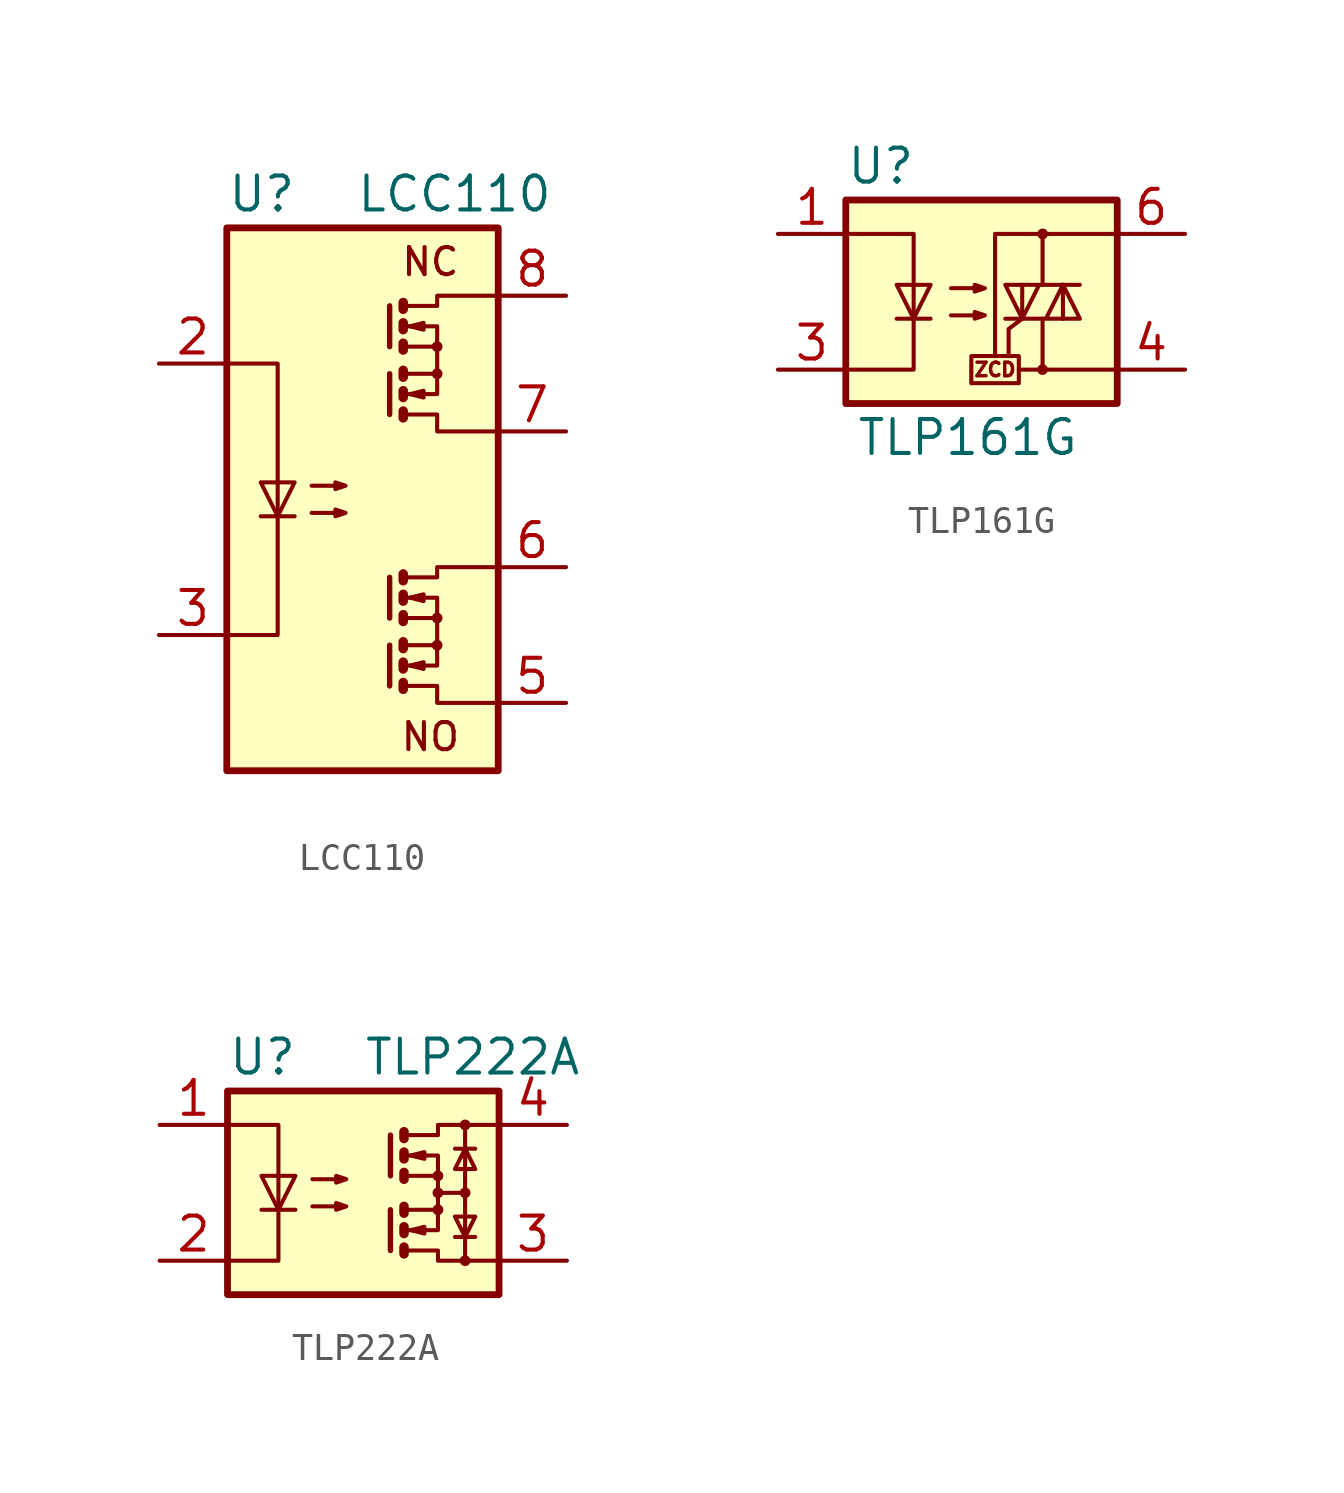
<source format=kicad_sym>
(kicad_symbol_lib
  (version 20231120)
  (generator "kicad_symbol_editor")
  (generator_version "8.0")
  (symbol "LCC110"
    (property "Reference" "U"
      (at -5.08 11.43 0)
      (effects (font (size 1.27 1.27)) (justify left)))
    (property "Value" "LCC110"
      (at -0.254 11.43 0)
      (effects (font (size 1.27 1.27)) (justify left)))
    (symbol "LCC110_0_0"
      (text "NC" (at 2.54 8.89 0) (effects (font (size 1.016 1.016))))
      (text "NO" (at 2.54 -8.89 0) (effects (font (size 1.016 1.016)))))
    (symbol "LCC110_0_1"
      (polyline (pts (xy -3.81 -0.635) (xy -2.54 -0.635)) (stroke (width 0) (type default)) (fill (type none)))
      (polyline (pts (xy 1.016 -5.461) (xy 1.016 -6.985)) (stroke (width 0.203) (type default)) (fill (type none)))
      (polyline (pts (xy 1.016 -2.921) (xy 1.016 -4.445)) (stroke (width 0.203) (type default)) (fill (type none)))
      (polyline (pts (xy 1.016 4.699) (xy 1.016 3.175)) (stroke (width 0.203) (type default)) (fill (type none)))
      (polyline (pts (xy 1.016 7.239) (xy 1.016 5.715)) (stroke (width 0.203) (type default)) (fill (type none)))
      (polyline (pts (xy 1.524 -6.858) (xy 1.524 -7.112) (xy 1.524 -7.112)) (stroke (width 0.356) (type default)) (fill (type none)))
      (polyline (pts (xy 1.524 -6.096) (xy 1.524 -6.35) (xy 1.524 -6.35)) (stroke (width 0.356) (type default)) (fill (type none)))
      (polyline (pts (xy 1.524 -5.334) (xy 1.524 -5.588) (xy 1.524 -5.588)) (stroke (width 0.356) (type default)) (fill (type none)))
      (polyline (pts (xy 1.524 -4.318) (xy 1.524 -4.572) (xy 1.524 -4.572)) (stroke (width 0.356) (type default)) (fill (type none)))
      (polyline (pts (xy 1.524 -3.556) (xy 1.524 -3.81) (xy 1.524 -3.81)) (stroke (width 0.356) (type default)) (fill (type none)))
      (polyline (pts (xy 1.524 -2.794) (xy 1.524 -3.048) (xy 1.524 -3.048)) (stroke (width 0.356) (type default)) (fill (type none)))
      (polyline (pts (xy 1.524 3.302) (xy 1.524 3.048) (xy 1.524 3.048)) (stroke (width 0.356) (type default)) (fill (type none)))
      (polyline (pts (xy 1.524 4.064) (xy 1.524 3.81) (xy 1.524 3.81)) (stroke (width 0.356) (type default)) (fill (type none)))
      (polyline (pts (xy 1.524 4.826) (xy 1.524 4.572) (xy 1.524 4.572)) (stroke (width 0.356) (type default)) (fill (type none)))
      (polyline (pts (xy 1.524 5.842) (xy 1.524 5.588) (xy 1.524 5.588)) (stroke (width 0.356) (type default)) (fill (type none)))
      (polyline (pts (xy 1.524 6.604) (xy 1.524 6.35) (xy 1.524 6.35)) (stroke (width 0.356) (type default)) (fill (type none)))
      (polyline (pts (xy 1.524 7.366) (xy 1.524 7.112) (xy 1.524 7.112)) (stroke (width 0.356) (type default)) (fill (type none)))
      (polyline (pts (xy 1.651 -3.683) (xy 2.794 -3.683) (xy 2.794 -4.445)) (stroke (width 0) (type default)) (fill (type none)))
      (polyline (pts (xy 1.651 6.477) (xy 2.794 6.477) (xy 2.794 5.715)) (stroke (width 0) (type default)) (fill (type none)))
      (polyline (pts (xy -5.08 5.08) (xy -3.175 5.08) (xy -3.175 -5.08) (xy -5.08 -5.08)) (stroke (width 0) (type default)) (fill (type none)))
      (polyline (pts (xy -3.175 -0.635) (xy -3.81 0.635) (xy -2.54 0.635) (xy -3.175 -0.635)) (stroke (width 0) (type default)) (fill (type none)))
      (polyline (pts (xy 1.651 -2.921) (xy 2.794 -2.921) (xy 2.794 -2.54) (xy 5.08 -2.54)) (stroke (width 0) (type default)) (fill (type none)))
      (polyline (pts (xy 1.651 7.239) (xy 2.794 7.239) (xy 2.794 7.62) (xy 5.08 7.62)) (stroke (width 0) (type default)) (fill (type none)))
      (polyline (pts (xy 1.778 -6.223) (xy 2.286 -6.096) (xy 2.286 -6.35) (xy 1.778 -6.223)) (stroke (width 0) (type default)) (fill (type none)))
      (polyline (pts (xy 1.778 -3.683) (xy 2.286 -3.556) (xy 2.286 -3.81) (xy 1.778 -3.683)) (stroke (width 0) (type default)) (fill (type none)))
      (polyline (pts (xy 1.778 3.937) (xy 2.286 4.064) (xy 2.286 3.81) (xy 1.778 3.937)) (stroke (width 0) (type default)) (fill (type none)))
      (polyline (pts (xy 1.778 6.477) (xy 2.286 6.604) (xy 2.286 6.35) (xy 1.778 6.477)) (stroke (width 0) (type default)) (fill (type none)))
      (polyline (pts (xy -1.905 -0.508) (xy -0.635 -0.508) (xy -1.016 -0.635) (xy -1.016 -0.381) (xy -0.635 -0.508)) (stroke (width 0) (type default)) (fill (type none)))
      (polyline (pts (xy -1.905 0.508) (xy -0.635 0.508) (xy -1.016 0.381) (xy -1.016 0.635) (xy -0.635 0.508)) (stroke (width 0) (type default)) (fill (type none)))
      (circle (center 2.794 -5.461) (radius 0.127) (stroke (width 0) (type default)) (fill (type none)))
      (circle (center 2.794 -4.445) (radius 0.127) (stroke (width 0) (type default)) (fill (type none)))
      (circle (center 2.794 4.699) (radius 0.127) (stroke (width 0) (type default)) (fill (type none)))
      (circle (center 2.794 5.715) (radius 0.127) (stroke (width 0) (type default)) (fill (type none)))
      (rectangle (start 5.08 -10.16) (end -5.08 10.16) (stroke (width 0.254) (type default)) (fill (type background))))
    (symbol "LCC110_1_1"
      (polyline (pts (xy 1.524 -6.223) (xy 2.794 -6.223) (xy 2.794 -5.461)) (stroke (width 0) (type default)) (fill (type none)))
      (polyline (pts (xy 1.524 3.937) (xy 2.794 3.937) (xy 2.794 4.699)) (stroke (width 0) (type default)) (fill (type none)))
      (polyline (pts (xy 1.524 -6.985) (xy 2.794 -6.985) (xy 2.794 -7.62) (xy 5.08 -7.62)) (stroke (width 0) (type default)) (fill (type none)))
      (polyline (pts (xy 1.524 -4.445) (xy 2.794 -4.445) (xy 2.794 -5.461) (xy 1.524 -5.461)) (stroke (width 0) (type default)) (fill (type none)))
      (polyline (pts (xy 1.524 3.175) (xy 2.794 3.175) (xy 2.794 2.54) (xy 5.08 2.54)) (stroke (width 0) (type default)) (fill (type none)))
      (polyline (pts (xy 1.524 5.715) (xy 2.794 5.715) (xy 2.794 4.699) (xy 1.524 4.699)) (stroke (width 0) (type default)) (fill (type none)))
      (pin no_connect line (at -5.08 7.62 0) (length 2.54) hide (name "nc" (effects (font (size 1.27 1.27)))) (number "1" (effects (font (size 1.27 1.27)))))
      (pin passive line (at -7.62 5.08 0) (length 2.54) (name "~" (effects (font (size 1.27 1.27)))) (number "2" (effects (font (size 1.27 1.27)))))
      (pin passive line (at -7.62 -5.08 0) (length 2.54) (name "~" (effects (font (size 1.27 1.27)))) (number "3" (effects (font (size 1.27 1.27)))))
      (pin no_connect line (at -5.08 -7.62 0) (length 2.54) hide (name "nc" (effects (font (size 1.27 1.27)))) (number "4" (effects (font (size 1.27 1.27)))))
      (pin passive line (at 7.62 -7.62 180) (length 2.54) (name "~" (effects (font (size 1.27 1.27)))) (number "5" (effects (font (size 1.27 1.27)))))
      (pin passive line (at 7.62 -2.54 180) (length 2.54) (name "~" (effects (font (size 1.27 1.27)))) (number "6" (effects (font (size 1.27 1.27)))))
      (pin passive line (at 7.62 2.54 180) (length 2.54) (name "~" (effects (font (size 1.27 1.27)))) (number "7" (effects (font (size 1.27 1.27)))))
      (pin passive line (at 7.62 7.62 180) (length 2.54) (name "~" (effects (font (size 1.27 1.27)))) (number "8" (effects (font (size 1.27 1.27)))))))
  (symbol "TLP161G"
    (property "Reference" "U"
      (at -5.08 5.08 0)
      (effects (font (size 1.27 1.27)) (justify left)))
    (property "Value" "TLP161G"
      (at -4.699 -5.08 0)
      (effects (font (size 1.27 1.27)) (justify left)))
    (symbol "TLP161G_0_0"
      (rectangle (start -0.381 -2.032) (end 1.397 -3.048) (stroke (width 0) (type default)) (fill (type none)))
      (polyline (pts (xy 2.286 -2.54) (xy 1.397 -2.54)) (stroke (width 0) (type default)) (fill (type none)))
      (polyline (pts (xy 1.524 -0.635) (xy 1.016 -1.016) (xy 1.016 -2.032)) (stroke (width 0) (type default)) (fill (type none)))
      (text "ZCD" (at 0.508 -2.54 0) (effects (font (size 0.508 0.508)))))
    (symbol "TLP161G_0_1"
      (rectangle (start -5.08 3.81) (end 5.08 -3.81) (stroke (width 0.254) (type default)) (fill (type background)))
      (polyline (pts (xy -3.175 -0.635) (xy -1.905 -0.635)) (stroke (width 0) (type default)) (fill (type none)))
      (polyline (pts (xy 1.524 -0.635) (xy 1.524 0.635)) (stroke (width 0) (type default)) (fill (type none)))
      (polyline (pts (xy 3.048 0.635) (xy 3.048 -0.635)) (stroke (width 0) (type default)) (fill (type none)))
      (polyline (pts (xy 2.286 -0.635) (xy 2.286 -2.54) (xy 5.08 -2.54)) (stroke (width 0) (type default)) (fill (type none)))
      (polyline (pts (xy 2.286 0.635) (xy 2.286 2.54) (xy 5.08 2.54)) (stroke (width 0) (type default)) (fill (type none)))
      (polyline (pts (xy 2.286 2.54) (xy 0.508 2.54) (xy 0.508 -2.032)) (stroke (width 0) (type default)) (fill (type none)))
      (polyline (pts (xy -5.08 2.54) (xy -2.54 2.54) (xy -2.54 -2.54) (xy -5.08 -2.54)) (stroke (width 0) (type default)) (fill (type none)))
      (polyline (pts (xy -2.54 -0.635) (xy -3.175 0.635) (xy -1.905 0.635) (xy -2.54 -0.635)) (stroke (width 0) (type default)) (fill (type none)))
      (polyline (pts (xy 0.889 -0.635) (xy 3.683 -0.635) (xy 3.048 0.635) (xy 2.413 -0.635)) (stroke (width 0) (type default)) (fill (type none)))
      (polyline (pts (xy 3.683 0.635) (xy 0.889 0.635) (xy 1.524 -0.635) (xy 2.159 0.635)) (stroke (width 0) (type default)) (fill (type none)))
      (polyline (pts (xy -1.143 -0.508) (xy 0.127 -0.508) (xy -0.254 -0.635) (xy -0.254 -0.381) (xy 0.127 -0.508)) (stroke (width 0) (type default)) (fill (type none)))
      (polyline (pts (xy -1.143 0.508) (xy 0.127 0.508) (xy -0.254 0.381) (xy -0.254 0.635) (xy 0.127 0.508)) (stroke (width 0) (type default)) (fill (type none)))
      (circle (center 2.286 -2.54) (radius 0.127) (stroke (width 0) (type default)) (fill (type none)))
      (circle (center 2.286 2.54) (radius 0.127) (stroke (width 0) (type default)) (fill (type none))))
    (symbol "TLP161G_1_1"
      (pin passive line (at -7.62 2.54 0) (length 2.54) (name "~" (effects (font (size 1.27 1.27)))) (number "1" (effects (font (size 1.27 1.27)))))
      (pin passive line (at -7.62 -2.54 0) (length 2.54) (name "~" (effects (font (size 1.27 1.27)))) (number "3" (effects (font (size 1.27 1.27)))))
      (pin passive line (at 7.62 -2.54 180) (length 2.54) (name "~" (effects (font (size 1.27 1.27)))) (number "4" (effects (font (size 1.27 1.27)))))
      (pin passive line (at 7.62 2.54 180) (length 2.54) (name "~" (effects (font (size 1.27 1.27)))) (number "6" (effects (font (size 1.27 1.27)))))))
  (symbol "TLP222A"
    (property "Reference" "U"
      (at -5.08 5.08 0)
      (effects (font (size 1.27 1.27)) (justify left)))
    (property "Value" "TLP222A"
      (at 0 5.08 0)
      (effects (font (size 1.27 1.27)) (justify left)))
    (symbol "TLP222A_0_1"
      (rectangle (start -5.08 3.81) (end 5.08 -3.81) (stroke (width 0.254) (type default)) (fill (type background)))
      (polyline (pts (xy -3.81 -0.635) (xy -2.54 -0.635)) (stroke (width 0) (type default)) (fill (type none)))
      (polyline (pts (xy 1.016 -0.635) (xy 1.016 -2.159)) (stroke (width 0.203) (type default)) (fill (type none)))
      (polyline (pts (xy 1.016 2.159) (xy 1.016 0.635)) (stroke (width 0.203) (type default)) (fill (type none)))
      (polyline (pts (xy 1.524 -0.508) (xy 1.524 -0.762)) (stroke (width 0.356) (type default)) (fill (type none)))
      (polyline (pts (xy 2.794 0) (xy 3.81 0)) (stroke (width 0) (type default)) (fill (type none)))
      (polyline (pts (xy 3.429 -1.651) (xy 4.191 -1.651)) (stroke (width 0) (type default)) (fill (type none)))
      (polyline (pts (xy 3.429 1.651) (xy 4.191 1.651)) (stroke (width 0) (type default)) (fill (type none)))
      (polyline (pts (xy 3.81 -2.54) (xy 3.81 2.54)) (stroke (width 0) (type default)) (fill (type none)))
      (polyline (pts (xy 1.524 -2.032) (xy 1.524 -2.286) (xy 1.524 -2.286)) (stroke (width 0.356) (type default)) (fill (type none)))
      (polyline (pts (xy 1.524 -1.27) (xy 1.524 -1.524) (xy 1.524 -1.524)) (stroke (width 0.356) (type default)) (fill (type none)))
      (polyline (pts (xy 1.524 0.762) (xy 1.524 0.508) (xy 1.524 0.508)) (stroke (width 0.356) (type default)) (fill (type none)))
      (polyline (pts (xy 1.524 1.524) (xy 1.524 1.27) (xy 1.524 1.27)) (stroke (width 0.356) (type default)) (fill (type none)))
      (polyline (pts (xy 1.524 2.286) (xy 1.524 2.032) (xy 1.524 2.032)) (stroke (width 0.356) (type default)) (fill (type none)))
      (polyline (pts (xy 1.651 -1.397) (xy 2.794 -1.397) (xy 2.794 -0.635)) (stroke (width 0) (type default)) (fill (type none)))
      (polyline (pts (xy 1.651 1.397) (xy 2.794 1.397) (xy 2.794 0.635)) (stroke (width 0) (type default)) (fill (type none)))
      (polyline (pts (xy -5.08 2.54) (xy -3.175 2.54) (xy -3.175 -2.54) (xy -5.08 -2.54)) (stroke (width 0) (type default)) (fill (type none)))
      (polyline (pts (xy -3.175 -0.635) (xy -3.81 0.635) (xy -2.54 0.635) (xy -3.175 -0.635)) (stroke (width 0) (type default)) (fill (type none)))
      (polyline (pts (xy 1.651 -2.159) (xy 2.794 -2.159) (xy 2.794 -2.54) (xy 5.08 -2.54)) (stroke (width 0) (type default)) (fill (type none)))
      (polyline (pts (xy 1.651 -0.635) (xy 2.794 -0.635) (xy 2.794 0.635) (xy 1.651 0.635)) (stroke (width 0) (type default)) (fill (type none)))
      (polyline (pts (xy 1.651 2.159) (xy 2.794 2.159) (xy 2.794 2.54) (xy 5.08 2.54)) (stroke (width 0) (type default)) (fill (type none)))
      (polyline (pts (xy 1.778 -1.397) (xy 2.286 -1.27) (xy 2.286 -1.524) (xy 1.778 -1.397)) (stroke (width 0) (type default)) (fill (type none)))
      (polyline (pts (xy 1.778 1.397) (xy 2.286 1.524) (xy 2.286 1.27) (xy 1.778 1.397)) (stroke (width 0) (type default)) (fill (type none)))
      (polyline (pts (xy 3.81 -1.651) (xy 3.429 -0.889) (xy 4.191 -0.889) (xy 3.81 -1.651)) (stroke (width 0) (type default)) (fill (type none)))
      (polyline (pts (xy 3.81 1.651) (xy 3.429 0.889) (xy 4.191 0.889) (xy 3.81 1.651)) (stroke (width 0) (type default)) (fill (type none)))
      (polyline (pts (xy -1.905 -0.508) (xy -0.635 -0.508) (xy -1.016 -0.635) (xy -1.016 -0.381) (xy -0.635 -0.508)) (stroke (width 0) (type default)) (fill (type none)))
      (polyline (pts (xy -1.905 0.508) (xy -0.635 0.508) (xy -1.016 0.381) (xy -1.016 0.635) (xy -0.635 0.508)) (stroke (width 0) (type default)) (fill (type none)))
      (circle (center 2.794 -0.635) (radius 0.127) (stroke (width 0) (type default)) (fill (type none)))
      (circle (center 2.794 0) (radius 0.127) (stroke (width 0) (type default)) (fill (type none)))
      (circle (center 2.794 0.635) (radius 0.127) (stroke (width 0) (type default)) (fill (type none)))
      (circle (center 3.81 -2.54) (radius 0.127) (stroke (width 0) (type default)) (fill (type none)))
      (circle (center 3.81 0) (radius 0.127) (stroke (width 0) (type default)) (fill (type none)))
      (circle (center 3.81 2.54) (radius 0.127) (stroke (width 0) (type default)) (fill (type none))))
    (symbol "TLP222A_1_1"
      (pin passive line (at -7.62 2.54 0) (length 2.54) (name "~" (effects (font (size 1.27 1.27)))) (number "1" (effects (font (size 1.27 1.27)))))
      (pin passive line (at -7.62 -2.54 0) (length 2.54) (name "~" (effects (font (size 1.27 1.27)))) (number "2" (effects (font (size 1.27 1.27)))))
      (pin passive line (at 7.62 -2.54 180) (length 2.54) (name "~" (effects (font (size 1.27 1.27)))) (number "3" (effects (font (size 1.27 1.27)))))
      (pin passive line (at 7.62 2.54 180) (length 2.54) (name "~" (effects (font (size 1.27 1.27)))) (number "4" (effects (font (size 1.27 1.27))))))))
</source>
